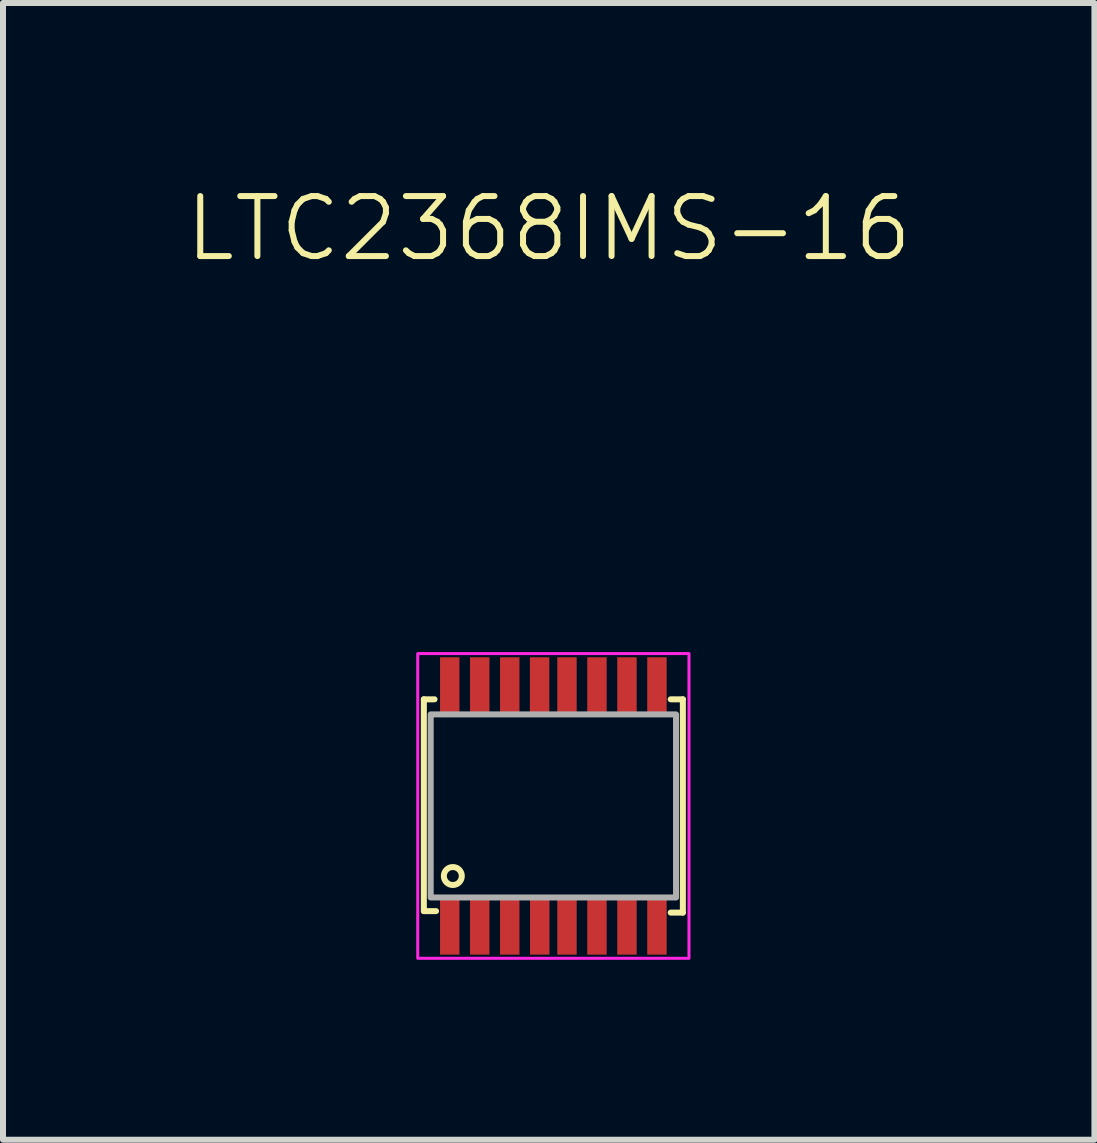
<source format=kicad_pcb>
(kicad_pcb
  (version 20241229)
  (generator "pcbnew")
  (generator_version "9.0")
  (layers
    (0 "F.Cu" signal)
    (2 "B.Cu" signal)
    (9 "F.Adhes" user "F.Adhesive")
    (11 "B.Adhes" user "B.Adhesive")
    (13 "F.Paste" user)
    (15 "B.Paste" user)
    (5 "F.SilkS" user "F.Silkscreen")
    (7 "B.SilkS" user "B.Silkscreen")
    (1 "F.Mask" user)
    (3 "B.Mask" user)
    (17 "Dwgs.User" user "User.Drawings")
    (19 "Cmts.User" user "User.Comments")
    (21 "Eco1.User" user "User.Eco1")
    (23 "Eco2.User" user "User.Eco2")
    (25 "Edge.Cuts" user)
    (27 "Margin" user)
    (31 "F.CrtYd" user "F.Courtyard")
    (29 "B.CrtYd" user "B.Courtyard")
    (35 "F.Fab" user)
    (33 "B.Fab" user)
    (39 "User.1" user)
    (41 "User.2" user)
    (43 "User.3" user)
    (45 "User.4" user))
  (footprint "LTC2368IMS-16"
    (layer "F.Cu")
    (at 6.175 10.386)
    (property "Reference" "LTC2368IMS-16" (at -0.077 -9.625 0) (unlocked yes) (layer "F.SilkS") (effects (font (size 1 1) (thickness 0.1))))
    (attr smd)
    (fp_line (start -2.159 -1.778) (end -2.159 1.753) (stroke (width 0.1) (type default)) (layer "F.SilkS"))
    (fp_line (start -2.159 1.753) (end -1.956 1.753) (stroke (width 0.1) (type default)) (layer "F.SilkS"))
    (fp_line (start -1.981 -1.778) (end -2.159 -1.778) (stroke (width 0.1) (type default)) (layer "F.SilkS"))
    (fp_line (start 1.956 -1.778) (end 2.159 -1.778) (stroke (width 0.1) (type default)) (layer "F.SilkS"))
    (fp_line (start 2.159 -1.778) (end 2.159 1.778) (stroke (width 0.1) (type default)) (layer "F.SilkS"))
    (fp_line (start 2.159 1.778) (end 1.956 1.778) (stroke (width 0.1) (type default)) (layer "F.SilkS"))
    (fp_circle (center -1.676 1.168) (end -1.557 1.077) (stroke (width 0.1) (type default)) (fill no) (layer "F.SilkS"))
    (fp_rect (start -2.261 -2.54) (end 2.261 2.54) (stroke (width 0.05) (type default)) (fill no) (layer "F.CrtYd"))
    (fp_rect (start -2.045 -1.526) (end 2.045 1.526) (stroke (width 0.1) (type default)) (fill no) (layer "F.Fab"))
    (pad "1" smd rect (at -1.727 2.002) (size 0.324 0.953) (layers "F.Cu" "F.Mask" "F.Paste"))
    (pad "2" smd rect (at -1.227 2.002) (size 0.324 0.953) (layers "F.Cu" "F.Mask" "F.Paste"))
    (pad "3" smd rect (at -0.727 2.002) (size 0.324 0.953) (layers "F.Cu" "F.Mask" "F.Paste"))
    (pad "4" smd rect (at -0.227 2.002) (size 0.324 0.953) (layers "F.Cu" "F.Mask" "F.Paste"))
    (pad "5" smd rect (at 0.227 2.002) (size 0.324 0.953) (layers "F.Cu" "F.Mask" "F.Paste"))
    (pad "6" smd rect (at 0.727 2.002) (size 0.324 0.953) (layers "F.Cu" "F.Mask" "F.Paste"))
    (pad "7" smd rect (at 1.227 2.002) (size 0.324 0.953) (layers "F.Cu" "F.Mask" "F.Paste"))
    (pad "8" smd rect (at 1.727 2.002) (size 0.324 0.953) (layers "F.Cu" "F.Mask" "F.Paste"))
    (pad "9" smd rect (at 1.727 -2.002) (size 0.324 0.953) (layers "F.Cu" "F.Mask" "F.Paste"))
    (pad "10" smd rect (at 1.227 -2.002) (size 0.324 0.953) (layers "F.Cu" "F.Mask" "F.Paste"))
    (pad "11" smd rect (at 0.727 -2.002) (size 0.324 0.953) (layers "F.Cu" "F.Mask" "F.Paste"))
    (pad "12" smd rect (at 0.227 -2.002) (size 0.324 0.953) (layers "F.Cu" "F.Mask" "F.Paste"))
    (pad "13" smd rect (at -0.229 -2.002) (size 0.324 0.953) (layers "F.Cu" "F.Mask" "F.Paste"))
    (pad "14" smd rect (at -0.727 -2.002) (size 0.324 0.953) (layers "F.Cu" "F.Mask" "F.Paste"))
    (pad "15" smd rect (at -1.227 -2.002) (size 0.324 0.953) (layers "F.Cu" "F.Mask" "F.Paste"))
    (pad "16" smd rect (at -1.727 -2.002) (size 0.324 0.953) (layers "F.Cu" "F.Mask" "F.Paste")))
  (gr_rect
    (start -3 -3)
    (end 15.195 15.95)
    (stroke (width 0.1) (type default))
    (fill no)
    (layer "Edge.Cuts")))
</source>
